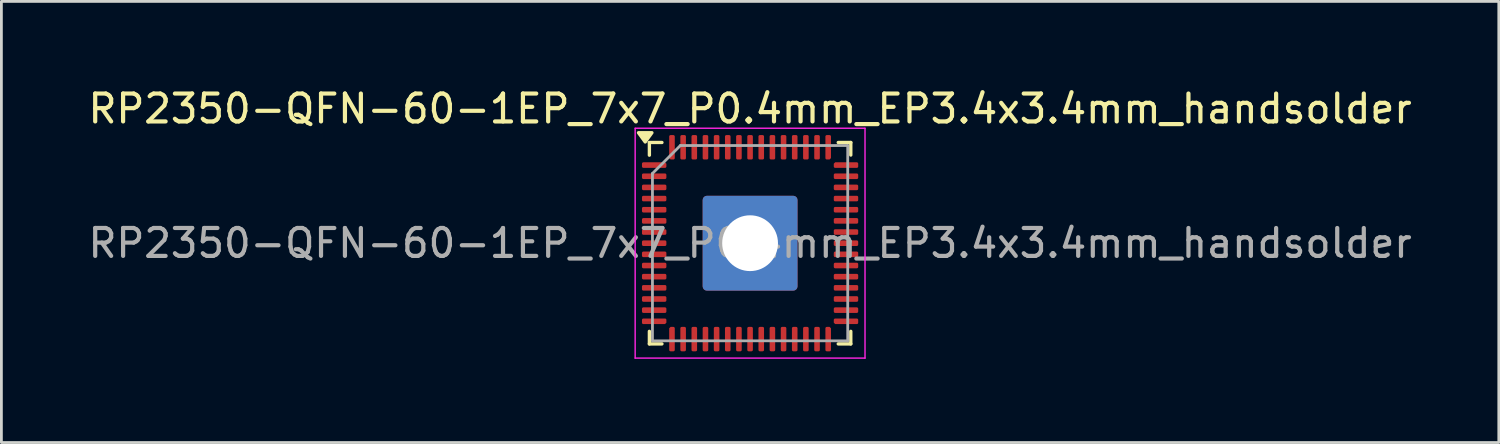
<source format=kicad_pcb>
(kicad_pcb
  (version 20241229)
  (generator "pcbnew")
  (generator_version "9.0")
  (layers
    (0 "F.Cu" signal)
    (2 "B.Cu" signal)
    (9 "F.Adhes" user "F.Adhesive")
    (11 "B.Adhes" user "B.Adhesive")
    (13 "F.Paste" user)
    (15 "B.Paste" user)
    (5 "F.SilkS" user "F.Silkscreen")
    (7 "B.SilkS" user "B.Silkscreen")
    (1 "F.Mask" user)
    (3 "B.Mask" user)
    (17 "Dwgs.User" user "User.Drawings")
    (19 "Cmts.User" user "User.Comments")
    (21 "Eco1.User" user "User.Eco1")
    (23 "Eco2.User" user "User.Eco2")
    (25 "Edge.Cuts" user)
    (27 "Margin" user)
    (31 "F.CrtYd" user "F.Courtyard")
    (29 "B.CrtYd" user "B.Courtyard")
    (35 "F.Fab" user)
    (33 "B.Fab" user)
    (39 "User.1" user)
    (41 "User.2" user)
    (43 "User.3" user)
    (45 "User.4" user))
  (footprint "RP2350-QFN-60-1EP_7x7_P0.4mm_EP3.4x3.4mm_handsolder"
    (layer "F.Cu")
    (at 23.839 5.668)
    (property "Reference" "RP2350-QFN-60-1EP_7x7_P0.4mm_EP3.4x3.4mm_handsolder" (at 0 -4.82 0) (layer "F.SilkS") (effects (font (size 1 1) (thickness 0.15))))
    (attr smd)
    (fp_line (start -3.61 -3.605) (end -3.61 -3.155) (stroke (width 0.12) (type solid)) (layer "F.SilkS"))
    (fp_line (start -3.61 3.61) (end -3.61 3.16) (stroke (width 0.12) (type solid)) (layer "F.SilkS"))
    (fp_line (start -3.16 -3.61) (end -3.61 -3.61) (stroke (width 0.12) (type solid)) (layer "F.SilkS"))
    (fp_line (start -3.16 3.61) (end -3.61 3.61) (stroke (width 0.12) (type solid)) (layer "F.SilkS"))
    (fp_line (start 3.16 -3.61) (end 3.61 -3.61) (stroke (width 0.12) (type solid)) (layer "F.SilkS"))
    (fp_line (start 3.16 3.61) (end 3.61 3.61) (stroke (width 0.12) (type solid)) (layer "F.SilkS"))
    (fp_line (start 3.61 -3.61) (end 3.61 -3.16) (stroke (width 0.12) (type solid)) (layer "F.SilkS"))
    (fp_line (start 3.61 3.61) (end 3.61 3.16) (stroke (width 0.12) (type solid)) (layer "F.SilkS"))
    (fp_poly (pts (xy -3.76 -3.63) (xy -4 -3.96) (xy -3.52 -3.96) (xy -3.76 -3.63)) (stroke (width 0.12) (type solid)) (fill yes) (layer "F.SilkS"))
    (fp_line (start -4.12 -4.12) (end -4.12 4.12) (stroke (width 0.05) (type solid)) (layer "F.CrtYd"))
    (fp_line (start -4.12 4.12) (end 4.12 4.12) (stroke (width 0.05) (type solid)) (layer "F.CrtYd"))
    (fp_line (start 4.12 -4.12) (end -4.12 -4.12) (stroke (width 0.05) (type solid)) (layer "F.CrtYd"))
    (fp_line (start 4.12 4.12) (end 4.12 -4.12) (stroke (width 0.05) (type solid)) (layer "F.CrtYd"))
    (fp_line (start -3.5 -2.5) (end -2.5 -3.5) (stroke (width 0.1) (type solid)) (layer "F.Fab"))
    (fp_line (start -3.5 3.5) (end -3.5 -2.5) (stroke (width 0.1) (type solid)) (layer "F.Fab"))
    (fp_line (start -2.5 -3.5) (end 3.5 -3.5) (stroke (width 0.1) (type solid)) (layer "F.Fab"))
    (fp_line (start 3.5 -3.5) (end 3.5 3.5) (stroke (width 0.1) (type solid)) (layer "F.Fab"))
    (fp_line (start 3.5 3.5) (end -3.5 3.5) (stroke (width 0.1) (type solid)) (layer "F.Fab"))
    (fp_text user "${REFERENCE}" (at 0 0 0) (layer "F.Fab") (effects (font (size 1 1) (thickness 0.15))))
    (pad "" smd roundrect (at -0.7 -0.7) (size 1.2 1.2) (layers "F.Paste") (roundrect_rratio 0.208))
    (pad "" smd roundrect (at -0.7 0.7) (size 1.2 1.2) (layers "F.Paste") (roundrect_rratio 0.208))
    (pad "" smd roundrect (at 0.7 -0.7) (size 1.2 1.2) (layers "F.Paste") (roundrect_rratio 0.208))
    (pad "" smd roundrect (at 0.7 0.7) (size 1.2 1.2) (layers "F.Paste") (roundrect_rratio 0.208))
    (pad "1" smd roundrect (at -3.438 -2.8) (size 0.875 0.2) (layers "F.Cu" "F.Mask" "F.Paste") (roundrect_rratio 0.25) (chamfer_ratio 0.25) (chamfer top_right))
    (pad "2" smd roundrect (at -3.438 -2.4) (size 0.875 0.2) (layers "F.Cu" "F.Mask" "F.Paste") (roundrect_rratio 0.25))
    (pad "3" smd roundrect (at -3.438 -2) (size 0.875 0.2) (layers "F.Cu" "F.Mask" "F.Paste") (roundrect_rratio 0.25))
    (pad "4" smd roundrect (at -3.438 -1.6) (size 0.875 0.2) (layers "F.Cu" "F.Mask" "F.Paste") (roundrect_rratio 0.25))
    (pad "5" smd roundrect (at -3.438 -1.2) (size 0.875 0.2) (layers "F.Cu" "F.Mask" "F.Paste") (roundrect_rratio 0.25))
    (pad "6" smd roundrect (at -3.438 -0.8) (size 0.875 0.2) (layers "F.Cu" "F.Mask" "F.Paste") (roundrect_rratio 0.25))
    (pad "7" smd roundrect (at -3.438 -0.4) (size 0.875 0.2) (layers "F.Cu" "F.Mask" "F.Paste") (roundrect_rratio 0.25))
    (pad "8" smd roundrect (at -3.438 0) (size 0.875 0.2) (layers "F.Cu" "F.Mask" "F.Paste") (roundrect_rratio 0.25))
    (pad "9" smd roundrect (at -3.438 0.4) (size 0.875 0.2) (layers "F.Cu" "F.Mask" "F.Paste") (roundrect_rratio 0.25))
    (pad "10" smd roundrect (at -3.438 0.8) (size 0.875 0.2) (layers "F.Cu" "F.Mask" "F.Paste") (roundrect_rratio 0.25))
    (pad "11" smd roundrect (at -3.438 1.2) (size 0.875 0.2) (layers "F.Cu" "F.Mask" "F.Paste") (roundrect_rratio 0.25))
    (pad "12" smd roundrect (at -3.438 1.6) (size 0.875 0.2) (layers "F.Cu" "F.Mask" "F.Paste") (roundrect_rratio 0.25))
    (pad "13" smd roundrect (at -3.438 2) (size 0.875 0.2) (layers "F.Cu" "F.Mask" "F.Paste") (roundrect_rratio 0.25))
    (pad "14" smd roundrect (at -3.438 2.4) (size 0.875 0.2) (layers "F.Cu" "F.Mask" "F.Paste") (roundrect_rratio 0.25))
    (pad "15" smd roundrect (at -3.438 2.8) (size 0.875 0.2) (layers "F.Cu" "F.Mask" "F.Paste") (roundrect_rratio 0.25) (chamfer_ratio 0.25) (chamfer bottom_right))
    (pad "16" smd roundrect (at -2.8 3.438) (size 0.2 0.875) (layers "F.Cu" "F.Mask" "F.Paste") (roundrect_rratio 0.25) (chamfer_ratio 0.25) (chamfer top_left))
    (pad "17" smd roundrect (at -2.4 3.438) (size 0.2 0.875) (layers "F.Cu" "F.Mask" "F.Paste") (roundrect_rratio 0.25))
    (pad "18" smd roundrect (at -2 3.438) (size 0.2 0.875) (layers "F.Cu" "F.Mask" "F.Paste") (roundrect_rratio 0.25))
    (pad "19" smd roundrect (at -1.6 3.438) (size 0.2 0.875) (layers "F.Cu" "F.Mask" "F.Paste") (roundrect_rratio 0.25))
    (pad "20" smd roundrect (at -1.2 3.438) (size 0.2 0.875) (layers "F.Cu" "F.Mask" "F.Paste") (roundrect_rratio 0.25))
    (pad "21" smd roundrect (at -0.8 3.438) (size 0.2 0.875) (layers "F.Cu" "F.Mask" "F.Paste") (roundrect_rratio 0.25))
    (pad "22" smd roundrect (at -0.4 3.438) (size 0.2 0.875) (layers "F.Cu" "F.Mask" "F.Paste") (roundrect_rratio 0.25))
    (pad "23" smd roundrect (at 0 3.438) (size 0.2 0.875) (layers "F.Cu" "F.Mask" "F.Paste") (roundrect_rratio 0.25))
    (pad "24" smd roundrect (at 0.4 3.438) (size 0.2 0.875) (layers "F.Cu" "F.Mask" "F.Paste") (roundrect_rratio 0.25))
    (pad "25" smd roundrect (at 0.8 3.438) (size 0.2 0.875) (layers "F.Cu" "F.Mask" "F.Paste") (roundrect_rratio 0.25))
    (pad "26" smd roundrect (at 1.2 3.438) (size 0.2 0.875) (layers "F.Cu" "F.Mask" "F.Paste") (roundrect_rratio 0.25))
    (pad "27" smd roundrect (at 1.6 3.438) (size 0.2 0.875) (layers "F.Cu" "F.Mask" "F.Paste") (roundrect_rratio 0.25))
    (pad "28" smd roundrect (at 2 3.438) (size 0.2 0.875) (layers "F.Cu" "F.Mask" "F.Paste") (roundrect_rratio 0.25))
    (pad "29" smd roundrect (at 2.4 3.438) (size 0.2 0.875) (layers "F.Cu" "F.Mask" "F.Paste") (roundrect_rratio 0.25))
    (pad "30" smd roundrect (at 2.8 3.438) (size 0.2 0.875) (layers "F.Cu" "F.Mask" "F.Paste") (roundrect_rratio 0.25) (chamfer_ratio 0.25) (chamfer top_right))
    (pad "31" smd roundrect (at 3.438 2.8) (size 0.875 0.2) (layers "F.Cu" "F.Mask" "F.Paste") (roundrect_rratio 0.25) (chamfer_ratio 0.25) (chamfer bottom_left))
    (pad "32" smd roundrect (at 3.438 2.4) (size 0.875 0.2) (layers "F.Cu" "F.Mask" "F.Paste") (roundrect_rratio 0.25))
    (pad "33" smd roundrect (at 3.438 2) (size 0.875 0.2) (layers "F.Cu" "F.Mask" "F.Paste") (roundrect_rratio 0.25))
    (pad "34" smd roundrect (at 3.438 1.6) (size 0.875 0.2) (layers "F.Cu" "F.Mask" "F.Paste") (roundrect_rratio 0.25))
    (pad "35" smd roundrect (at 3.438 1.2) (size 0.875 0.2) (layers "F.Cu" "F.Mask" "F.Paste") (roundrect_rratio 0.25))
    (pad "36" smd roundrect (at 3.438 0.8) (size 0.875 0.2) (layers "F.Cu" "F.Mask" "F.Paste") (roundrect_rratio 0.25))
    (pad "37" smd roundrect (at 3.438 0.4) (size 0.875 0.2) (layers "F.Cu" "F.Mask" "F.Paste") (roundrect_rratio 0.25))
    (pad "38" smd roundrect (at 3.438 0) (size 0.875 0.2) (layers "F.Cu" "F.Mask" "F.Paste") (roundrect_rratio 0.25))
    (pad "39" smd roundrect (at 3.438 -0.4) (size 0.875 0.2) (layers "F.Cu" "F.Mask" "F.Paste") (roundrect_rratio 0.25))
    (pad "40" smd roundrect (at 3.438 -0.8) (size 0.875 0.2) (layers "F.Cu" "F.Mask" "F.Paste") (roundrect_rratio 0.25))
    (pad "41" smd roundrect (at 3.438 -1.2) (size 0.875 0.2) (layers "F.Cu" "F.Mask" "F.Paste") (roundrect_rratio 0.25))
    (pad "42" smd roundrect (at 3.438 -1.6) (size 0.875 0.2) (layers "F.Cu" "F.Mask" "F.Paste") (roundrect_rratio 0.25))
    (pad "43" smd roundrect (at 3.438 -2) (size 0.875 0.2) (layers "F.Cu" "F.Mask" "F.Paste") (roundrect_rratio 0.25))
    (pad "44" smd roundrect (at 3.438 -2.4) (size 0.875 0.2) (layers "F.Cu" "F.Mask" "F.Paste") (roundrect_rratio 0.25))
    (pad "45" smd roundrect (at 3.438 -2.8) (size 0.875 0.2) (layers "F.Cu" "F.Mask" "F.Paste") (roundrect_rratio 0.25) (chamfer_ratio 0.25) (chamfer top_left))
    (pad "46" smd roundrect (at 2.8 -3.438) (size 0.2 0.875) (layers "F.Cu" "F.Mask" "F.Paste") (roundrect_rratio 0.25) (chamfer_ratio 0.25) (chamfer bottom_right))
    (pad "47" smd roundrect (at 2.4 -3.438) (size 0.2 0.875) (layers "F.Cu" "F.Mask" "F.Paste") (roundrect_rratio 0.25))
    (pad "48" smd roundrect (at 2 -3.438) (size 0.2 0.875) (layers "F.Cu" "F.Mask" "F.Paste") (roundrect_rratio 0.25))
    (pad "49" smd roundrect (at 1.6 -3.438) (size 0.2 0.875) (layers "F.Cu" "F.Mask" "F.Paste") (roundrect_rratio 0.25))
    (pad "50" smd roundrect (at 1.2 -3.438) (size 0.2 0.875) (layers "F.Cu" "F.Mask" "F.Paste") (roundrect_rratio 0.25))
    (pad "51" smd roundrect (at 0.8 -3.438) (size 0.2 0.875) (layers "F.Cu" "F.Mask" "F.Paste") (roundrect_rratio 0.25))
    (pad "52" smd roundrect (at 0.4 -3.438) (size 0.2 0.875) (layers "F.Cu" "F.Mask" "F.Paste") (roundrect_rratio 0.25))
    (pad "53" smd roundrect (at 0 -3.438) (size 0.2 0.875) (layers "F.Cu" "F.Mask" "F.Paste") (roundrect_rratio 0.25))
    (pad "54" smd roundrect (at -0.4 -3.438) (size 0.2 0.875) (layers "F.Cu" "F.Mask" "F.Paste") (roundrect_rratio 0.25))
    (pad "55" smd roundrect (at -0.8 -3.438) (size 0.2 0.875) (layers "F.Cu" "F.Mask" "F.Paste") (roundrect_rratio 0.25))
    (pad "56" smd roundrect (at -1.2 -3.438) (size 0.2 0.875) (layers "F.Cu" "F.Mask" "F.Paste") (roundrect_rratio 0.25))
    (pad "57" smd roundrect (at -1.6 -3.438) (size 0.2 0.875) (layers "F.Cu" "F.Mask" "F.Paste") (roundrect_rratio 0.25))
    (pad "58" smd roundrect (at -2 -3.438) (size 0.2 0.875) (layers "F.Cu" "F.Mask" "F.Paste") (roundrect_rratio 0.25))
    (pad "59" smd roundrect (at -2.4 -3.438) (size 0.2 0.875) (layers "F.Cu" "F.Mask" "F.Paste") (roundrect_rratio 0.25))
    (pad "60" smd roundrect (at -2.8 -3.438) (size 0.2 0.875) (layers "F.Cu" "F.Mask" "F.Paste") (roundrect_rratio 0.25) (chamfer_ratio 0.25) (chamfer bottom_left))
    (pad "61" thru_hole roundrect (at 0 0 90) (size 3.4 3.4) (drill 2) (property pad_prop_heatsink) (layers "*.Cu" "*.Mask") (roundrect_rratio 0.045)))
  (gr_rect
    (start -3 -3)
    (end 50.679 12.813)
    (stroke (width 0.1) (type default))
    (fill no)
    (layer "Edge.Cuts")))
</source>
